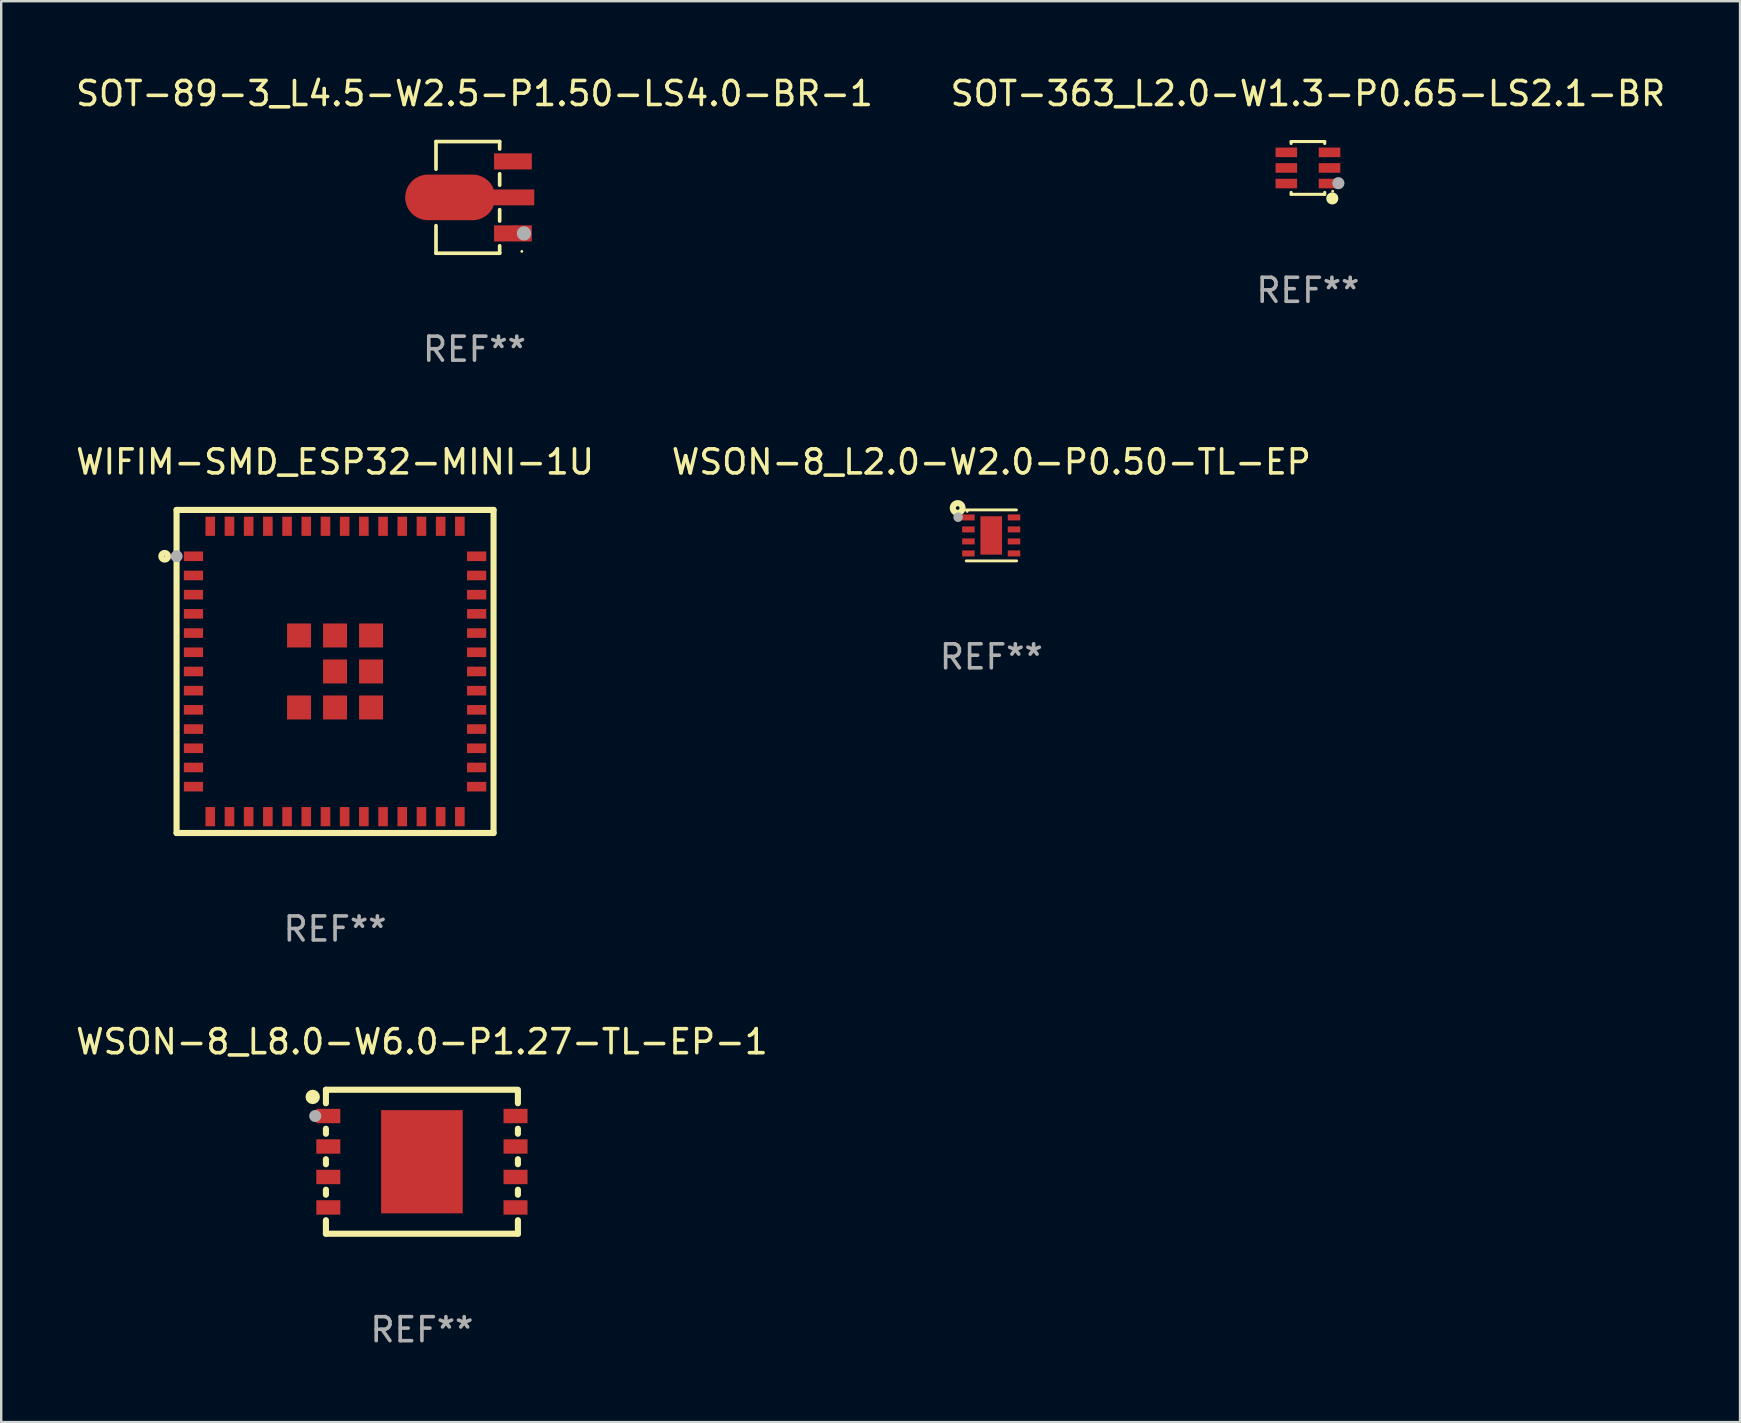
<source format=kicad_pcb>
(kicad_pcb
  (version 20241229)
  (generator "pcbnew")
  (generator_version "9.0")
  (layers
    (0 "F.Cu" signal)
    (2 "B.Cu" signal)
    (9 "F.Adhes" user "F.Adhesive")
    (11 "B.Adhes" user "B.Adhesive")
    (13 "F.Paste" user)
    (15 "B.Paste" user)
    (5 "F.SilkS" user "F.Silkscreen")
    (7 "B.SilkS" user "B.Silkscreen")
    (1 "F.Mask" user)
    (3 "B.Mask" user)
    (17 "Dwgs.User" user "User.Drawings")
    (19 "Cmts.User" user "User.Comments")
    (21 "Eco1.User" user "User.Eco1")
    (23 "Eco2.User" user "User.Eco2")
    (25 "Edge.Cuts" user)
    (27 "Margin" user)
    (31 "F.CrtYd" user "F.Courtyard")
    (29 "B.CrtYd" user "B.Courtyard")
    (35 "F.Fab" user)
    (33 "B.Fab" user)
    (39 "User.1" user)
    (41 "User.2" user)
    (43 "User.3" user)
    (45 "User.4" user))
  (footprint "WSON-8_L8.0-W6.0-P1.27-TL-EP-1"
    (layer "F.Cu")
    (at 14.53 45.356)
    (property "Reference" "WSON-8_L8.0-W6.0-P1.27-TL-EP-1" (at 0 -5 0) (layer "F.SilkS") (effects (font (size 1 1) (thickness 0.15))))
    (attr through_hole)
    (fp_line (start -4 -3) (end 3.95 -3) (stroke (width 0.254) (type solid)) (layer "F.SilkS"))
    (fp_line (start -4 -2.436) (end -4 -3) (stroke (width 0.254) (type solid)) (layer "F.SilkS"))
    (fp_line (start -4 -1.166) (end -4 -1.374) (stroke (width 0.254) (type solid)) (layer "F.SilkS"))
    (fp_line (start -4 0.104) (end -4 -0.104) (stroke (width 0.254) (type solid)) (layer "F.SilkS"))
    (fp_line (start -4 1.374) (end -4 1.166) (stroke (width 0.254) (type solid)) (layer "F.SilkS"))
    (fp_line (start -4 3) (end -4 2.436) (stroke (width 0.254) (type solid)) (layer "F.SilkS"))
    (fp_line (start 4 -3) (end 4 -2.436) (stroke (width 0.254) (type solid)) (layer "F.SilkS"))
    (fp_line (start 4 -1.374) (end 4 -1.166) (stroke (width 0.254) (type solid)) (layer "F.SilkS"))
    (fp_line (start 4 -0.104) (end 4 0.104) (stroke (width 0.254) (type solid)) (layer "F.SilkS"))
    (fp_line (start 4 1.166) (end 4 1.374) (stroke (width 0.254) (type solid)) (layer "F.SilkS"))
    (fp_line (start 4 2.436) (end 4 3) (stroke (width 0.254) (type solid)) (layer "F.SilkS"))
    (fp_line (start 4 3) (end -4 3) (stroke (width 0.254) (type solid)) (layer "F.SilkS"))
    (fp_circle (center -4.55 -2.7) (end -4.4 -2.7) (stroke (width 0.3) (type solid)) (fill no) (layer "F.SilkS"))
    (fp_circle (center -4 -3) (end -3.97 -3) (stroke (width 0.06) (type solid)) (fill no) (layer "F.SilkS"))
    (fp_circle (center -4.445 -1.905) (end -4.318 -1.905) (stroke (width 0.254) (type solid)) (fill no) (layer "F.Fab"))
    (fp_text user "REF**" (at 0 7 0) (layer "F.Fab") (effects (font (size 1 1) (thickness 0.15))))
    (pad "1" smd rect (at -3.9 -1.905 270) (size 0.6 1) (layers "F.Cu" "F.Mask" "F.Paste"))
    (pad "2" smd rect (at -3.9 -0.635 270) (size 0.6 1) (layers "F.Cu" "F.Mask" "F.Paste"))
    (pad "3" smd rect (at -3.9 0.635 270) (size 0.6 1) (layers "F.Cu" "F.Mask" "F.Paste"))
    (pad "4" smd rect (at -3.9 1.905 270) (size 0.6 1) (layers "F.Cu" "F.Mask" "F.Paste"))
    (pad "5" smd rect (at 3.9 1.905 90) (size 0.6 1) (layers "F.Cu" "F.Mask" "F.Paste"))
    (pad "6" smd rect (at 3.9 0.635 90) (size 0.6 1) (layers "F.Cu" "F.Mask" "F.Paste"))
    (pad "7" smd rect (at 3.9 -0.635 90) (size 0.6 1) (layers "F.Cu" "F.Mask" "F.Paste"))
    (pad "8" smd rect (at 3.9 -1.905 90) (size 0.6 1) (layers "F.Cu" "F.Mask" "F.Paste"))
    (pad "9" smd rect (at 0 0 90) (size 4.3 3.4) (layers "F.Cu" "F.Mask" "F.Paste")))
  (footprint "WIFIM-SMD_ESP32-MINI-1U"
    (layer "F.Cu")
    (at 10.911 24.928)
    (property "Reference" "WIFIM-SMD_ESP32-MINI-1U" (at 0 -8.731 0) (layer "F.SilkS") (effects (font (size 1 1) (thickness 0.15))))
    (attr through_hole)
    (fp_line (start -6.604 -6.731) (end 6.604 -6.731) (stroke (width 0.254) (type solid)) (layer "F.SilkS"))
    (fp_line (start -6.604 6.731) (end -6.604 -6.731) (stroke (width 0.254) (type solid)) (layer "F.SilkS"))
    (fp_line (start 6.604 -6.731) (end 6.604 6.731) (stroke (width 0.254) (type solid)) (layer "F.SilkS"))
    (fp_line (start 6.604 6.731) (end -6.604 6.731) (stroke (width 0.254) (type solid)) (layer "F.SilkS"))
    (fp_circle (center -7.1 -4.8) (end -6.959 -4.8) (stroke (width 0.254) (type solid)) (fill no) (layer "F.SilkS"))
    (fp_circle (center -6.6 -6.75) (end -6.57 -6.75) (stroke (width 0.06) (type solid)) (fill no) (layer "F.SilkS"))
    (fp_circle (center -6.6 -4.8) (end -6.475 -4.8) (stroke (width 0.25) (type solid)) (fill no) (layer "F.Fab"))
    (fp_text user "REF**" (at 0 10.731 0) (layer "F.Fab") (effects (font (size 1 1) (thickness 0.15))))
    (pad "1" smd rect (at -5.9 -4.8 90) (size 0.4 0.8) (layers "F.Cu" "F.Mask" "F.Paste"))
    (pad "2" smd rect (at -5.9 -4 90) (size 0.4 0.8) (layers "F.Cu" "F.Mask" "F.Paste"))
    (pad "3" smd rect (at -5.9 -3.2 90) (size 0.4 0.8) (layers "F.Cu" "F.Mask" "F.Paste"))
    (pad "4" smd rect (at -5.9 -2.4 90) (size 0.4 0.8) (layers "F.Cu" "F.Mask" "F.Paste"))
    (pad "5" smd rect (at -5.9 -1.6 90) (size 0.4 0.8) (layers "F.Cu" "F.Mask" "F.Paste"))
    (pad "6" smd rect (at -5.9 -0.8 90) (size 0.4 0.8) (layers "F.Cu" "F.Mask" "F.Paste"))
    (pad "7" smd rect (at -5.9 0 90) (size 0.4 0.8) (layers "F.Cu" "F.Mask" "F.Paste"))
    (pad "8" smd rect (at -5.9 0.8 90) (size 0.4 0.8) (layers "F.Cu" "F.Mask" "F.Paste"))
    (pad "9" smd rect (at -5.9 1.6 90) (size 0.4 0.8) (layers "F.Cu" "F.Mask" "F.Paste"))
    (pad "10" smd rect (at -5.9 2.4 90) (size 0.4 0.8) (layers "F.Cu" "F.Mask" "F.Paste"))
    (pad "11" smd rect (at -5.9 3.2 90) (size 0.4 0.8) (layers "F.Cu" "F.Mask" "F.Paste"))
    (pad "12" smd rect (at -5.9 4 90) (size 0.4 0.8) (layers "F.Cu" "F.Mask" "F.Paste"))
    (pad "13" smd rect (at -5.9 4.8 90) (size 0.4 0.8) (layers "F.Cu" "F.Mask" "F.Paste"))
    (pad "14" smd rect (at -5.2 6.05 180) (size 0.4 0.8) (layers "F.Cu" "F.Mask" "F.Paste"))
    (pad "15" smd rect (at -4.4 6.05 180) (size 0.4 0.8) (layers "F.Cu" "F.Mask" "F.Paste"))
    (pad "16" smd rect (at -3.6 6.05 180) (size 0.4 0.8) (layers "F.Cu" "F.Mask" "F.Paste"))
    (pad "17" smd rect (at -2.8 6.05 180) (size 0.4 0.8) (layers "F.Cu" "F.Mask" "F.Paste"))
    (pad "18" smd rect (at -2 6.05 180) (size 0.4 0.8) (layers "F.Cu" "F.Mask" "F.Paste"))
    (pad "19" smd rect (at -1.2 6.05 180) (size 0.4 0.8) (layers "F.Cu" "F.Mask" "F.Paste"))
    (pad "20" smd rect (at -0.4 6.05 180) (size 0.4 0.8) (layers "F.Cu" "F.Mask" "F.Paste"))
    (pad "21" smd rect (at 0.4 6.05 180) (size 0.4 0.8) (layers "F.Cu" "F.Mask" "F.Paste"))
    (pad "22" smd rect (at 1.2 6.05 180) (size 0.4 0.8) (layers "F.Cu" "F.Mask" "F.Paste"))
    (pad "23" smd rect (at 2 6.05 180) (size 0.4 0.8) (layers "F.Cu" "F.Mask" "F.Paste"))
    (pad "24" smd rect (at 2.8 6.05 180) (size 0.4 0.8) (layers "F.Cu" "F.Mask" "F.Paste"))
    (pad "25" smd rect (at 3.6 6.05 180) (size 0.4 0.8) (layers "F.Cu" "F.Mask" "F.Paste"))
    (pad "26" smd rect (at 4.4 6.05 180) (size 0.4 0.8) (layers "F.Cu" "F.Mask" "F.Paste"))
    (pad "27" smd rect (at 5.2 6.05 180) (size 0.4 0.8) (layers "F.Cu" "F.Mask" "F.Paste"))
    (pad "28" smd rect (at 5.9 4.8 270) (size 0.4 0.8) (layers "F.Cu" "F.Mask" "F.Paste"))
    (pad "29" smd rect (at 5.9 4 270) (size 0.4 0.8) (layers "F.Cu" "F.Mask" "F.Paste"))
    (pad "30" smd rect (at 5.9 3.2 270) (size 0.4 0.8) (layers "F.Cu" "F.Mask" "F.Paste"))
    (pad "31" smd rect (at 5.9 2.4 270) (size 0.4 0.8) (layers "F.Cu" "F.Mask" "F.Paste"))
    (pad "32" smd rect (at 5.9 1.6 270) (size 0.4 0.8) (layers "F.Cu" "F.Mask" "F.Paste"))
    (pad "33" smd rect (at 5.9 0.8 270) (size 0.4 0.8) (layers "F.Cu" "F.Mask" "F.Paste"))
    (pad "34" smd rect (at 5.9 0 270) (size 0.4 0.8) (layers "F.Cu" "F.Mask" "F.Paste"))
    (pad "35" smd rect (at 5.9 -0.8 270) (size 0.4 0.8) (layers "F.Cu" "F.Mask" "F.Paste"))
    (pad "36" smd rect (at 5.9 -1.6 270) (size 0.4 0.8) (layers "F.Cu" "F.Mask" "F.Paste"))
    (pad "37" smd rect (at 5.9 -2.4 270) (size 0.4 0.8) (layers "F.Cu" "F.Mask" "F.Paste"))
    (pad "38" smd rect (at 5.9 -3.2 270) (size 0.4 0.8) (layers "F.Cu" "F.Mask" "F.Paste"))
    (pad "39" smd rect (at 5.9 -4 270) (size 0.4 0.8) (layers "F.Cu" "F.Mask" "F.Paste"))
    (pad "40" smd rect (at 5.9 -4.8 270) (size 0.4 0.8) (layers "F.Cu" "F.Mask" "F.Paste"))
    (pad "41" smd rect (at 5.2 -6.05) (size 0.4 0.8) (layers "F.Cu" "F.Mask" "F.Paste"))
    (pad "42" smd rect (at 4.4 -6.05) (size 0.4 0.8) (layers "F.Cu" "F.Mask" "F.Paste"))
    (pad "43" smd rect (at 3.6 -6.05) (size 0.4 0.8) (layers "F.Cu" "F.Mask" "F.Paste"))
    (pad "44" smd rect (at 2.8 -6.05) (size 0.4 0.8) (layers "F.Cu" "F.Mask" "F.Paste"))
    (pad "45" smd rect (at 2 -6.05) (size 0.4 0.8) (layers "F.Cu" "F.Mask" "F.Paste"))
    (pad "46" smd rect (at 1.2 -6.05) (size 0.4 0.8) (layers "F.Cu" "F.Mask" "F.Paste"))
    (pad "47" smd rect (at 0.4 -6.05) (size 0.4 0.8) (layers "F.Cu" "F.Mask" "F.Paste"))
    (pad "48" smd rect (at -0.4 -6.05) (size 0.4 0.8) (layers "F.Cu" "F.Mask" "F.Paste"))
    (pad "49" smd rect (at -1.2 -6.05) (size 0.4 0.8) (layers "F.Cu" "F.Mask" "F.Paste"))
    (pad "50" smd rect (at -2 -6.05) (size 0.4 0.8) (layers "F.Cu" "F.Mask" "F.Paste"))
    (pad "51" smd rect (at -2.8 -6.05) (size 0.4 0.8) (layers "F.Cu" "F.Mask" "F.Paste"))
    (pad "52" smd rect (at -3.6 -6.05) (size 0.4 0.8) (layers "F.Cu" "F.Mask" "F.Paste"))
    (pad "53" smd rect (at -4.4 -6.05) (size 0.4 0.8) (layers "F.Cu" "F.Mask" "F.Paste"))
    (pad "54" smd rect (at -5.2 -6.05) (size 0.4 0.8) (layers "F.Cu" "F.Mask" "F.Paste"))
    (pad "55" smd rect (at -1.5 -1.5 90) (size 1 1) (layers "F.Cu" "F.Mask" "F.Paste"))
    (pad "55" smd rect (at -1.5 1.5 90) (size 1 1) (layers "F.Cu" "F.Mask" "F.Paste"))
    (pad "55" smd rect (at 0 -1.5 90) (size 1 1) (layers "F.Cu" "F.Mask" "F.Paste"))
    (pad "55" smd rect (at 0 0 90) (size 1 1) (layers "F.Cu" "F.Mask" "F.Paste"))
    (pad "55" smd rect (at 0 1.5 90) (size 1 1) (layers "F.Cu" "F.Mask" "F.Paste"))
    (pad "55" smd rect (at 1.5 -1.5 90) (size 1 1) (layers "F.Cu" "F.Mask" "F.Paste"))
    (pad "55" smd rect (at 1.5 0 90) (size 1 1) (layers "F.Cu" "F.Mask" "F.Paste"))
    (pad "55" smd rect (at 1.5 1.5 90) (size 1 1) (layers "F.Cu" "F.Mask" "F.Paste")))
  (footprint "SOT-89-3_L4.5-W2.5-P1.50-LS4.0-BR-1"
    (layer "F.Cu")
    (at 17.017 5.175)
    (property "Reference" "SOT-89-3_L4.5-W2.5-P1.50-LS4.0-BR-1" (at -0.297 -4.326 0) (layer "F.SilkS") (effects (font (size 1 1) (thickness 0.15))))
    (attr through_hole)
    (fp_line (start -1.9 -2.326) (end -1.9 -1.177) (stroke (width 0.152) (type solid)) (layer "F.SilkS"))
    (fp_line (start -1.9 2.326) (end -1.9 1.177) (stroke (width 0.152) (type solid)) (layer "F.SilkS"))
    (fp_line (start 0.752 -2.326) (end -1.9 -2.326) (stroke (width 0.152) (type solid)) (layer "F.SilkS"))
    (fp_line (start 0.752 -2.326) (end 0.752 -2.016) (stroke (width 0.152) (type solid)) (layer "F.SilkS"))
    (fp_line (start 0.752 -0.984) (end 0.752 -0.51) (stroke (width 0.152) (type solid)) (layer "F.SilkS"))
    (fp_line (start 0.752 0.51) (end 0.752 0.984) (stroke (width 0.152) (type solid)) (layer "F.SilkS"))
    (fp_line (start 0.752 2.016) (end 0.752 2.326) (stroke (width 0.152) (type solid)) (layer "F.SilkS"))
    (fp_line (start 0.752 2.326) (end -1.9 2.326) (stroke (width 0.152) (type solid)) (layer "F.SilkS"))
    (fp_circle (center 1.676 2.25) (end 1.706 2.25) (stroke (width 0.06) (type solid)) (fill no) (layer "F.SilkS"))
    (fp_circle (center 1.765 1.5) (end 1.915 1.5) (stroke (width 0.3) (type solid)) (fill no) (layer "F.Fab"))
    (fp_text user "REF**" (at -0.297 6.326 0) (layer "F.Fab") (effects (font (size 1 1) (thickness 0.15))))
    (pad "1" smd rect (at 1.306 1.5) (size 1.575 0.672) (layers "F.Cu" "F.Mask" "F.Paste"))
    (pad "2" smd custom (at -1.306 0.000127) (size 0.1 0.1) (layers "F.Cu" "F.Mask" "F.Paste") (options (anchor circle)) (primitives (gr_poly (pts (xy -0.927 -0.95) (xy 0.927 -0.95) (xy 0.972 -0.949) (xy 1.016 -0.946) (xy 1.06 -0.941) (xy 1.104 -0.933) (xy 1.148 -0.924) (xy 1.191 -0.913) (xy 1.233 -0.899) (xy 1.275 -0.884) (xy 1.316 -0.867) (xy 1.356 -0.847) (xy 1.396 -0.826) (xy 1.434 -0.803) (xy 1.471 -0.779) (xy 1.507 -0.753) (xy 1.542 -0.725) (xy 1.575 -0.695) (xy 1.607 -0.664) (xy 1.637 -0.631) (xy 1.666 -0.597) (xy 1.693 -0.562) (xy 1.719 -0.525) (xy 1.742 -0.488) (xy 1.764 -0.449) (xy 1.784 -0.409) (xy 1.803 -0.33) (xy 3.5 -0.33) (xy 3.5 0.33) (xy 1.803 0.33) (xy 1.784 0.409) (xy 1.764 0.449) (xy 1.742 0.488) (xy 1.719 0.526) (xy 1.693 0.562) (xy 1.666 0.597) (xy 1.637 0.631) (xy 1.607 0.664) (xy 1.575 0.695) (xy 1.542 0.725) (xy 1.507 0.753) (xy 1.471 0.779) (xy 1.434 0.804) (xy 1.396 0.826) (xy 1.356 0.848) (xy 1.316 0.867) (xy 1.275 0.884) (xy 1.233 0.899) (xy 1.191 0.913) (xy 1.148 0.924) (xy 1.104 0.933) (xy 1.06 0.941) (xy 1.016 0.946) (xy 0.972 0.949) (xy 0.927 0.95) (xy -0.927 0.95) (xy -0.972 0.949) (xy -1.016 0.946) (xy -1.06 0.941) (xy -1.104 0.933) (xy -1.148 0.924) (xy -1.191 0.913) (xy -1.233 0.899) (xy -1.275 0.884) (xy -1.316 0.867) (xy -1.356 0.848) (xy -1.396 0.826) (xy -1.434 0.804) (xy -1.471 0.779) (xy -1.507 0.753) (xy -1.542 0.725) (xy -1.575 0.695) (xy -1.607 0.664) (xy -1.637 0.631) (xy -1.666 0.597) (xy -1.693 0.562) (xy -1.719 0.526) (xy -1.742 0.488) (xy -1.764 0.449) (xy -1.784 0.409) (xy -1.803 0.369) (xy -1.819 0.327) (xy -1.833 0.285) (xy -1.846 0.242) (xy -1.856 0.199) (xy -1.864 0.155) (xy -1.871 0.111) (xy -1.875 0.067) (xy -1.877 0.022) (xy -1.877 -0.022) (xy -1.875 -0.067) (xy -1.871 -0.111) (xy -1.864 -0.155) (xy -1.856 -0.199) (xy -1.846 -0.242) (xy -1.833 -0.285) (xy -1.819 -0.327) (xy -1.803 -0.369) (xy -1.784 -0.409) (xy -1.764 -0.449) (xy -1.742 -0.488) (xy -1.719 -0.525) (xy -1.693 -0.562) (xy -1.666 -0.597) (xy -1.637 -0.631) (xy -1.607 -0.664) (xy -1.575 -0.695) (xy -1.542 -0.725) (xy -1.507 -0.753) (xy -1.471 -0.779) (xy -1.434 -0.803) (xy -1.396 -0.826) (xy -1.356 -0.847) (xy -1.316 -0.867) (xy -1.275 -0.884) (xy -1.233 -0.899) (xy -1.191 -0.913) (xy -1.148 -0.924) (xy -1.104 -0.933) (xy -1.06 -0.941) (xy -1.016 -0.946) (xy -0.972 -0.949) (xy -0.927 -0.95)) (width 0) (fill yes))))
    (pad "3" smd rect (at 1.306 -1.5) (size 1.575 0.672) (layers "F.Cu" "F.Mask" "F.Paste")))
  (footprint "SOT-363_L2.0-W1.3-P0.65-LS2.1-BR"
    (layer "F.Cu")
    (at 51.447 3.948)
    (property "Reference" "SOT-363_L2.0-W1.3-P0.65-LS2.1-BR" (at -0.000102 -3.1 0) (layer "F.SilkS") (effects (font (size 1 1) (thickness 0.15))))
    (attr through_hole)
    (fp_line (start -0.7 -1.018) (end -0.7 -1.1) (stroke (width 0.127) (type solid)) (layer "F.SilkS"))
    (fp_line (start -0.7 1.1) (end -0.7 1.018) (stroke (width 0.127) (type solid)) (layer "F.SilkS"))
    (fp_line (start 0.7 -1.1) (end -0.7 -1.1) (stroke (width 0.127) (type solid)) (layer "F.SilkS"))
    (fp_line (start 0.7 -1.018) (end 0.7 -1.1) (stroke (width 0.127) (type solid)) (layer "F.SilkS"))
    (fp_line (start 0.7 1.1) (end -0.7 1.1) (stroke (width 0.127) (type solid)) (layer "F.SilkS"))
    (fp_line (start 0.7 1.1) (end 0.7 1.018) (stroke (width 0.127) (type solid)) (layer "F.SilkS"))
    (fp_circle (center 1.016 1.27) (end 1.143 1.27) (stroke (width 0.254) (type solid)) (fill no) (layer "F.SilkS"))
    (fp_circle (center 1.032 0.97) (end 1.062 0.97) (stroke (width 0.06) (type solid)) (fill no) (layer "F.SilkS"))
    (fp_circle (center 1.27 0.635) (end 1.397 0.635) (stroke (width 0.254) (type solid)) (fill no) (layer "F.Fab"))
    (fp_text user "REF**" (at -0.000102 5.1 0) (layer "F.Fab") (effects (font (size 1 1) (thickness 0.15))))
    (pad "1" smd rect (at 0.9 0.65 90) (size 0.4 0.9) (layers "F.Cu" "F.Mask" "F.Paste"))
    (pad "2" smd rect (at 0.9 -0.000102 90) (size 0.4 0.9) (layers "F.Cu" "F.Mask" "F.Paste"))
    (pad "3" smd rect (at 0.9 -0.65 90) (size 0.4 0.9) (layers "F.Cu" "F.Mask" "F.Paste"))
    (pad "4" smd rect (at -0.9 -0.65 90) (size 0.4 0.9) (layers "F.Cu" "F.Mask" "F.Paste"))
    (pad "5" smd rect (at -0.9 -0.000102 90) (size 0.4 0.9) (layers "F.Cu" "F.Mask" "F.Paste"))
    (pad "6" smd rect (at -0.9 0.65 90) (size 0.4 0.9) (layers "F.Cu" "F.Mask" "F.Paste")))
  (footprint "WSON-8_L2.0-W2.0-P0.50-TL-EP"
    (layer "F.Cu")
    (at 38.251 19.26)
    (property "Reference" "WSON-8_L2.0-W2.0-P0.50-TL-EP" (at 0.005 -3.063 0) (layer "F.SilkS") (effects (font (size 1 1) (thickness 0.15))))
    (attr through_hole)
    (fp_line (start -1.04 1.06) (end 1.059 1.06) (stroke (width 0.12) (type solid)) (layer "F.SilkS"))
    (fp_line (start 1.05 -1.063) (end -1.05 -1.063) (stroke (width 0.12) (type solid)) (layer "F.SilkS"))
    (fp_circle (center -1.397 -1.143) (end -1.321 -1.143) (stroke (width 0.254) (type solid)) (fill no) (layer "F.SilkS"))
    (fp_circle (center -1 -1) (end -0.97 -1) (stroke (width 0.06) (type solid)) (fill no) (layer "F.SilkS"))
    (fp_circle (center -1.38 -0.76) (end -1.28 -0.76) (stroke (width 0.2) (type solid)) (fill no) (layer "F.Fab"))
    (fp_text user "REF**" (at 0.005 5.06 0) (layer "F.Fab") (effects (font (size 1 1) (thickness 0.15))))
    (pad "1" smd rect (at -0.95 -0.75) (size 0.521 0.25) (layers "F.Cu" "F.Mask" "F.Paste"))
    (pad "2" smd rect (at -0.95 -0.25) (size 0.521 0.25) (layers "F.Cu" "F.Mask" "F.Paste"))
    (pad "3" smd rect (at -0.95 0.25) (size 0.521 0.25) (layers "F.Cu" "F.Mask" "F.Paste"))
    (pad "4" smd rect (at -0.95 0.75) (size 0.521 0.25) (layers "F.Cu" "F.Mask" "F.Paste"))
    (pad "5" smd rect (at 0.95 0.75) (size 0.521 0.25) (layers "F.Cu" "F.Mask" "F.Paste"))
    (pad "6" smd rect (at 0.95 0.25) (size 0.521 0.25) (layers "F.Cu" "F.Mask" "F.Paste"))
    (pad "7" smd rect (at 0.95 -0.25) (size 0.521 0.25) (layers "F.Cu" "F.Mask" "F.Paste"))
    (pad "8" smd rect (at 0.95 -0.75) (size 0.521 0.25) (layers "F.Cu" "F.Mask" "F.Paste"))
    (pad "9" smd rect (at 0 0) (size 0.9 1.6) (layers "F.Cu" "F.Mask" "F.Paste")))
  (gr_rect
    (start -3 -3)
    (end 69.452 56.204)
    (stroke (width 0.1) (type default))
    (fill no)
    (layer "Edge.Cuts")))
</source>
